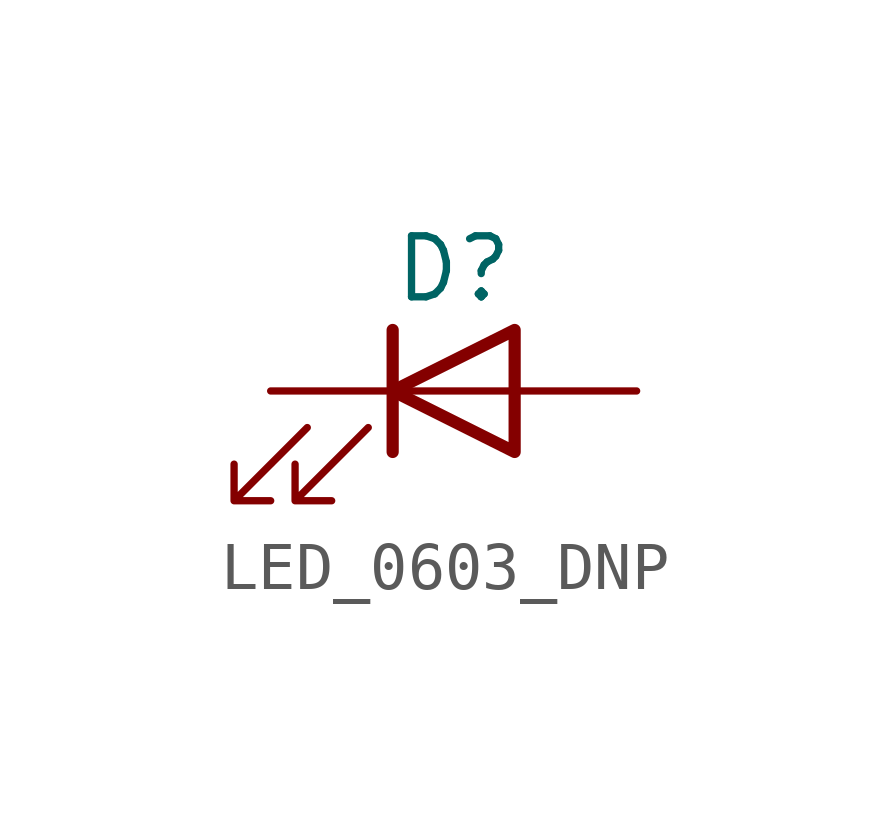
<source format=kicad_sym>
(kicad_symbol_lib
  (version 20220914)
  (generator kicad_symbol_editor)
  (symbol "LED_0603_DNP"
    (pin_numbers hide)
    (pin_names
      (offset 1.016) hide)
    (property "Reference" "D"
      (at 0 2.54 0)
      (effects (font (size 1.27 1.27))))
    (property "DNP" ""
      (at 0 0 0)
      (effects (font (size 1.27 1.27))))
    (symbol "LED_0603_DNP_0_1"
      (polyline (pts (xy -1.27 -1.27) (xy -1.27 1.27)) (stroke (width 0.254) (type default)) (fill (type none)))
      (polyline (pts (xy -1.27 0) (xy 1.27 0)) (stroke (width 0) (type default)) (fill (type none)))
      (polyline (pts (xy 1.27 -1.27) (xy 1.27 1.27) (xy -1.27 0) (xy 1.27 -1.27)) (stroke (width 0.254) (type default)) (fill (type none)))
      (polyline (pts (xy -3.048 -0.762) (xy -4.572 -2.286) (xy -3.81 -2.286) (xy -4.572 -2.286) (xy -4.572 -1.524)) (stroke (width 0) (type default)) (fill (type none)))
      (polyline (pts (xy -1.778 -0.762) (xy -3.302 -2.286) (xy -2.54 -2.286) (xy -3.302 -2.286) (xy -3.302 -1.524)) (stroke (width 0) (type default)) (fill (type none))))
    (symbol "LED_0603_DNP_1_1"
      (pin passive line (at -3.81 0 0) (length 2.54) (name "K" (effects (font (size 1.27 1.27)))) (number "1" (effects (font (size 1.27 1.27)))))
      (pin passive line (at 3.81 0 180) (length 2.54) (name "A" (effects (font (size 1.27 1.27)))) (number "2" (effects (font (size 1.27 1.27))))))))
</source>
